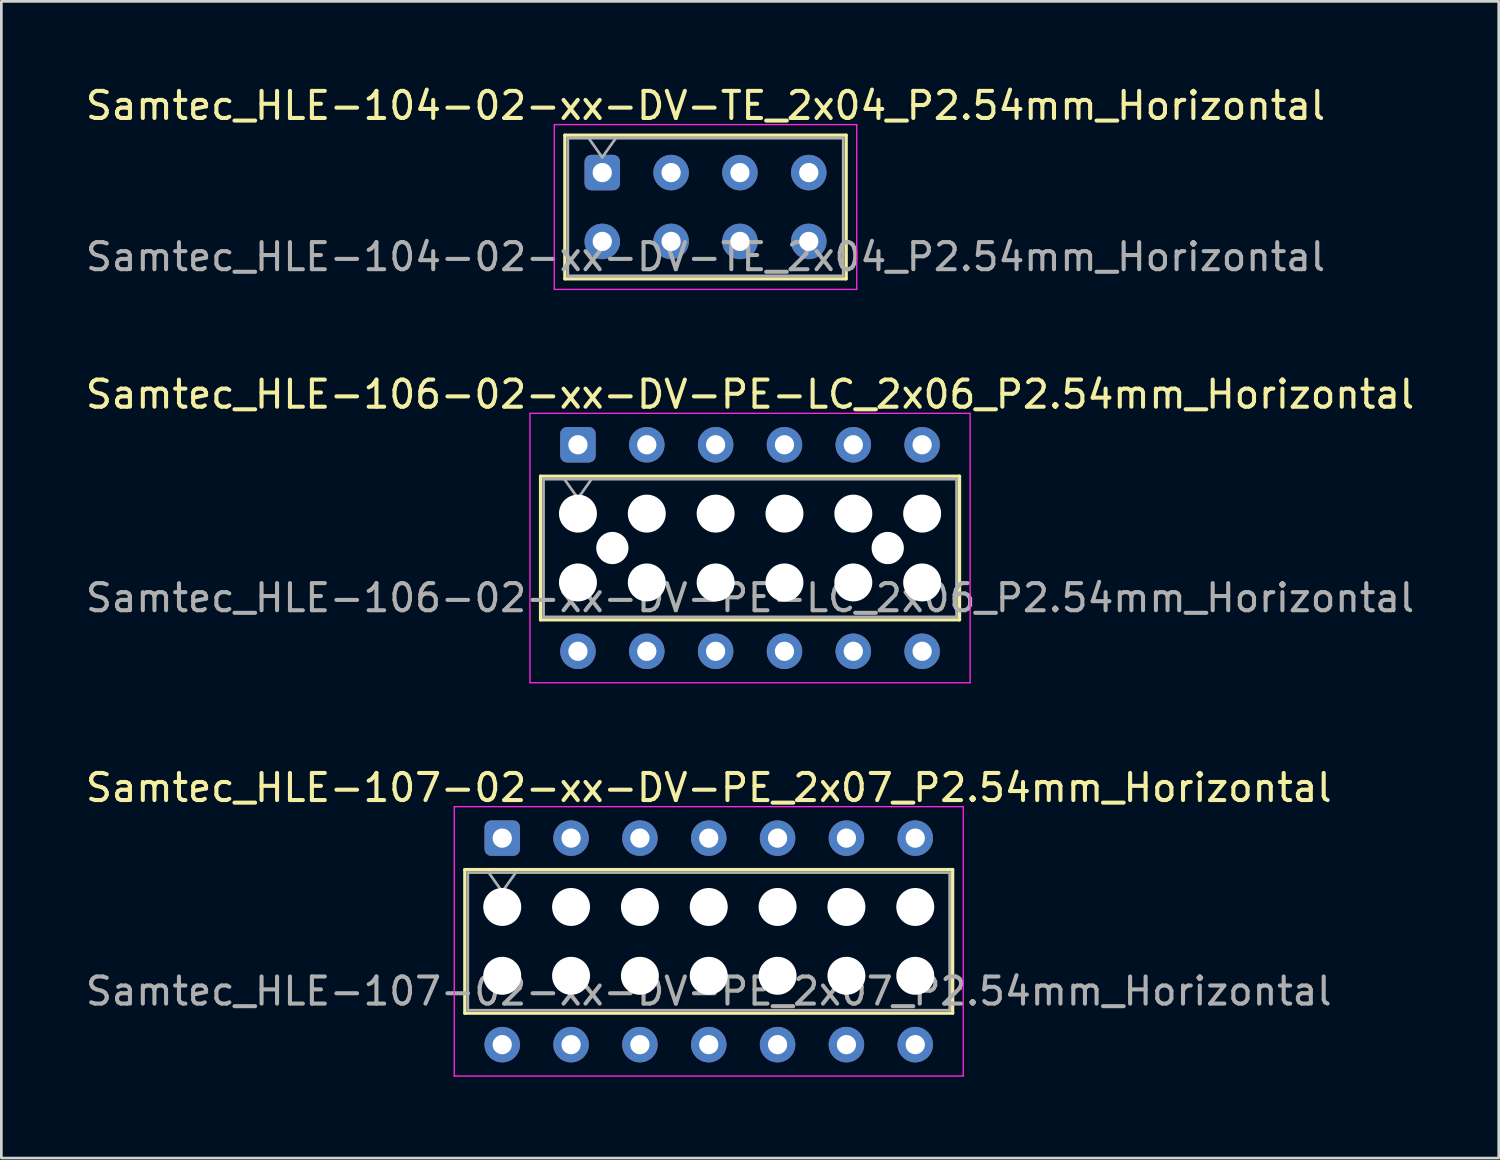
<source format=kicad_pcb>
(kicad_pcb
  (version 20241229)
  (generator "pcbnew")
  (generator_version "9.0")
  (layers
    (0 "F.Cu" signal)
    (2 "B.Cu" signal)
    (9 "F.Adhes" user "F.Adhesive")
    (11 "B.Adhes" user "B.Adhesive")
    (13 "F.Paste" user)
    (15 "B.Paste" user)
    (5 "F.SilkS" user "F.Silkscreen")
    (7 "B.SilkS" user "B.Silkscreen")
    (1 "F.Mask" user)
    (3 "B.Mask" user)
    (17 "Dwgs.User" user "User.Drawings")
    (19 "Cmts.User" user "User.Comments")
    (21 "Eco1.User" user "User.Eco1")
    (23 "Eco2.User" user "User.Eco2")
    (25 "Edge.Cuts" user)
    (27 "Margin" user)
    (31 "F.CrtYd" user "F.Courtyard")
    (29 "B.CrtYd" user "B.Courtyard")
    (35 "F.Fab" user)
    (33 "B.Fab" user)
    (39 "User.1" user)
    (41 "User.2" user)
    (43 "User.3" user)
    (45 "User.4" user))
  (footprint "Samtec_HLE-106-02-xx-DV-PE-LC_2x06_P2.54mm_Horizontal"
    (layer "F.Cu")
    (at 18.275 13.361)
    (property "Reference" "Samtec_HLE-106-02-xx-DV-PE-LC_2x06_P2.54mm_Horizontal" (at 6.35 -1.86 0) (layer "F.SilkS") (effects (font (size 1 1) (thickness 0.15))))
    (attr through_hole)
    (fp_line (start -1.38 1.16) (end 14.08 1.16) (stroke (width 0.12) (type solid)) (layer "F.SilkS"))
    (fp_line (start -1.38 6.46) (end -1.38 1.16) (stroke (width 0.12) (type solid)) (layer "F.SilkS"))
    (fp_line (start 14.08 1.16) (end 14.08 6.46) (stroke (width 0.12) (type solid)) (layer "F.SilkS"))
    (fp_line (start 14.08 6.46) (end -1.38 6.46) (stroke (width 0.12) (type solid)) (layer "F.SilkS"))
    (fp_line (start -1.77 -1.16) (end 14.47 -1.16) (stroke (width 0.05) (type solid)) (layer "F.CrtYd"))
    (fp_line (start -1.77 8.78) (end -1.77 -1.16) (stroke (width 0.05) (type solid)) (layer "F.CrtYd"))
    (fp_line (start 14.47 -1.16) (end 14.47 8.78) (stroke (width 0.05) (type solid)) (layer "F.CrtYd"))
    (fp_line (start 14.47 8.78) (end -1.77 8.78) (stroke (width 0.05) (type solid)) (layer "F.CrtYd"))
    (fp_line (start -1.27 1.27) (end 13.97 1.27) (stroke (width 0.1) (type solid)) (layer "F.Fab"))
    (fp_line (start -1.27 6.35) (end -1.27 1.27) (stroke (width 0.1) (type solid)) (layer "F.Fab"))
    (fp_line (start -0.5 1.27) (end 0 1.977) (stroke (width 0.1) (type solid)) (layer "F.Fab"))
    (fp_line (start 0 1.977) (end 0.5 1.27) (stroke (width 0.1) (type solid)) (layer "F.Fab"))
    (fp_line (start 13.97 1.27) (end 13.97 6.35) (stroke (width 0.1) (type solid)) (layer "F.Fab"))
    (fp_line (start 13.97 6.35) (end -1.27 6.35) (stroke (width 0.1) (type solid)) (layer "F.Fab"))
    (fp_text user "${REFERENCE}" (at 6.35 5.65 0) (layer "F.Fab") (effects (font (size 1 1) (thickness 0.15))))
    (pad "" np_thru_hole circle (at 0 2.54) (size 1.4 1.4) (drill 1.4) (layers "*.Cu" "*.Mask"))
    (pad "" np_thru_hole circle (at 0 5.08) (size 1.4 1.4) (drill 1.4) (layers "*.Cu" "*.Mask"))
    (pad "" np_thru_hole circle (at 1.27 3.81) (size 1.19 1.19) (drill 1.19) (layers "*.Cu" "*.Mask"))
    (pad "" np_thru_hole circle (at 2.54 2.54) (size 1.4 1.4) (drill 1.4) (layers "*.Cu" "*.Mask"))
    (pad "" np_thru_hole circle (at 2.54 5.08) (size 1.4 1.4) (drill 1.4) (layers "*.Cu" "*.Mask"))
    (pad "" np_thru_hole circle (at 5.08 2.54) (size 1.4 1.4) (drill 1.4) (layers "*.Cu" "*.Mask"))
    (pad "" np_thru_hole circle (at 5.08 5.08) (size 1.4 1.4) (drill 1.4) (layers "*.Cu" "*.Mask"))
    (pad "" np_thru_hole circle (at 7.62 2.54) (size 1.4 1.4) (drill 1.4) (layers "*.Cu" "*.Mask"))
    (pad "" np_thru_hole circle (at 7.62 5.08) (size 1.4 1.4) (drill 1.4) (layers "*.Cu" "*.Mask"))
    (pad "" np_thru_hole circle (at 10.16 2.54) (size 1.4 1.4) (drill 1.4) (layers "*.Cu" "*.Mask"))
    (pad "" np_thru_hole circle (at 10.16 5.08) (size 1.4 1.4) (drill 1.4) (layers "*.Cu" "*.Mask"))
    (pad "" np_thru_hole circle (at 11.43 3.81) (size 1.19 1.19) (drill 1.19) (layers "*.Cu" "*.Mask"))
    (pad "" np_thru_hole circle (at 12.7 2.54) (size 1.4 1.4) (drill 1.4) (layers "*.Cu" "*.Mask"))
    (pad "" np_thru_hole circle (at 12.7 5.08) (size 1.4 1.4) (drill 1.4) (layers "*.Cu" "*.Mask"))
    (pad "1" thru_hole roundrect (at 0 0) (size 1.31 1.31) (drill 0.71) (layers "*.Cu" "*.Mask") (roundrect_rratio 0.191))
    (pad "2" thru_hole circle (at 0 7.62) (size 1.31 1.31) (drill 0.71) (layers "*.Cu" "*.Mask"))
    (pad "3" thru_hole circle (at 2.54 0) (size 1.31 1.31) (drill 0.71) (layers "*.Cu" "*.Mask"))
    (pad "4" thru_hole circle (at 2.54 7.62) (size 1.31 1.31) (drill 0.71) (layers "*.Cu" "*.Mask"))
    (pad "5" thru_hole circle (at 5.08 0) (size 1.31 1.31) (drill 0.71) (layers "*.Cu" "*.Mask"))
    (pad "6" thru_hole circle (at 5.08 7.62) (size 1.31 1.31) (drill 0.71) (layers "*.Cu" "*.Mask"))
    (pad "7" thru_hole circle (at 7.62 0) (size 1.31 1.31) (drill 0.71) (layers "*.Cu" "*.Mask"))
    (pad "8" thru_hole circle (at 7.62 7.62) (size 1.31 1.31) (drill 0.71) (layers "*.Cu" "*.Mask"))
    (pad "9" thru_hole circle (at 10.16 0) (size 1.31 1.31) (drill 0.71) (layers "*.Cu" "*.Mask"))
    (pad "10" thru_hole circle (at 10.16 7.62) (size 1.31 1.31) (drill 0.71) (layers "*.Cu" "*.Mask"))
    (pad "11" thru_hole circle (at 12.7 0) (size 1.31 1.31) (drill 0.71) (layers "*.Cu" "*.Mask"))
    (pad "12" thru_hole circle (at 12.7 7.62) (size 1.31 1.31) (drill 0.71) (layers "*.Cu" "*.Mask")))
  (footprint "Samtec_HLE-104-02-xx-DV-TE_2x04_P2.54mm_Horizontal"
    (layer "F.Cu")
    (at 19.172 3.318)
    (property "Reference" "Samtec_HLE-104-02-xx-DV-TE_2x04_P2.54mm_Horizontal" (at 3.81 -2.47 0) (layer "F.SilkS") (effects (font (size 1 1) (thickness 0.15))))
    (attr through_hole)
    (fp_line (start -1.38 -1.38) (end 9 -1.38) (stroke (width 0.12) (type solid)) (layer "F.SilkS"))
    (fp_line (start -1.38 3.92) (end -1.38 -1.38) (stroke (width 0.12) (type solid)) (layer "F.SilkS"))
    (fp_line (start 9 -1.38) (end 9 3.92) (stroke (width 0.12) (type solid)) (layer "F.SilkS"))
    (fp_line (start 9 3.92) (end -1.38 3.92) (stroke (width 0.12) (type solid)) (layer "F.SilkS"))
    (fp_line (start -1.77 -1.77) (end 9.39 -1.77) (stroke (width 0.05) (type solid)) (layer "F.CrtYd"))
    (fp_line (start -1.77 4.31) (end -1.77 -1.77) (stroke (width 0.05) (type solid)) (layer "F.CrtYd"))
    (fp_line (start 9.39 -1.77) (end 9.39 4.31) (stroke (width 0.05) (type solid)) (layer "F.CrtYd"))
    (fp_line (start 9.39 4.31) (end -1.77 4.31) (stroke (width 0.05) (type solid)) (layer "F.CrtYd"))
    (fp_line (start -1.27 -1.27) (end 8.89 -1.27) (stroke (width 0.1) (type solid)) (layer "F.Fab"))
    (fp_line (start -1.27 3.81) (end -1.27 -1.27) (stroke (width 0.1) (type solid)) (layer "F.Fab"))
    (fp_line (start -0.5 -1.27) (end 0 -0.563) (stroke (width 0.1) (type solid)) (layer "F.Fab"))
    (fp_line (start 0 -0.563) (end 0.5 -1.27) (stroke (width 0.1) (type solid)) (layer "F.Fab"))
    (fp_line (start 8.89 -1.27) (end 8.89 3.81) (stroke (width 0.1) (type solid)) (layer "F.Fab"))
    (fp_line (start 8.89 3.81) (end -1.27 3.81) (stroke (width 0.1) (type solid)) (layer "F.Fab"))
    (fp_text user "${REFERENCE}" (at 3.81 3.11 0) (layer "F.Fab") (effects (font (size 1 1) (thickness 0.15))))
    (pad "1" thru_hole roundrect (at 0 0) (size 1.31 1.31) (drill 0.71) (layers "*.Cu" "*.Mask") (roundrect_rratio 0.191))
    (pad "2" thru_hole circle (at 0 2.54) (size 1.31 1.31) (drill 0.71) (layers "*.Cu" "*.Mask"))
    (pad "3" thru_hole circle (at 2.54 0) (size 1.31 1.31) (drill 0.71) (layers "*.Cu" "*.Mask"))
    (pad "4" thru_hole circle (at 2.54 2.54) (size 1.31 1.31) (drill 0.71) (layers "*.Cu" "*.Mask"))
    (pad "5" thru_hole circle (at 5.08 0) (size 1.31 1.31) (drill 0.71) (layers "*.Cu" "*.Mask"))
    (pad "6" thru_hole circle (at 5.08 2.54) (size 1.31 1.31) (drill 0.71) (layers "*.Cu" "*.Mask"))
    (pad "7" thru_hole circle (at 7.62 0) (size 1.31 1.31) (drill 0.71) (layers "*.Cu" "*.Mask"))
    (pad "8" thru_hole circle (at 7.62 2.54) (size 1.31 1.31) (drill 0.71) (layers "*.Cu" "*.Mask")))
  (footprint "Samtec_HLE-107-02-xx-DV-PE_2x07_P2.54mm_Horizontal"
    (layer "F.Cu")
    (at 15.481 27.875)
    (property "Reference" "Samtec_HLE-107-02-xx-DV-PE_2x07_P2.54mm_Horizontal" (at 7.62 -1.86 0) (layer "F.SilkS") (effects (font (size 1 1) (thickness 0.15))))
    (attr through_hole)
    (fp_line (start -1.38 1.16) (end 16.62 1.16) (stroke (width 0.12) (type solid)) (layer "F.SilkS"))
    (fp_line (start -1.38 6.46) (end -1.38 1.16) (stroke (width 0.12) (type solid)) (layer "F.SilkS"))
    (fp_line (start 16.62 1.16) (end 16.62 6.46) (stroke (width 0.12) (type solid)) (layer "F.SilkS"))
    (fp_line (start 16.62 6.46) (end -1.38 6.46) (stroke (width 0.12) (type solid)) (layer "F.SilkS"))
    (fp_line (start -1.77 -1.16) (end 17.01 -1.16) (stroke (width 0.05) (type solid)) (layer "F.CrtYd"))
    (fp_line (start -1.77 8.78) (end -1.77 -1.16) (stroke (width 0.05) (type solid)) (layer "F.CrtYd"))
    (fp_line (start 17.01 -1.16) (end 17.01 8.78) (stroke (width 0.05) (type solid)) (layer "F.CrtYd"))
    (fp_line (start 17.01 8.78) (end -1.77 8.78) (stroke (width 0.05) (type solid)) (layer "F.CrtYd"))
    (fp_line (start -1.27 1.27) (end 16.51 1.27) (stroke (width 0.1) (type solid)) (layer "F.Fab"))
    (fp_line (start -1.27 6.35) (end -1.27 1.27) (stroke (width 0.1) (type solid)) (layer "F.Fab"))
    (fp_line (start -0.5 1.27) (end 0 1.977) (stroke (width 0.1) (type solid)) (layer "F.Fab"))
    (fp_line (start 0 1.977) (end 0.5 1.27) (stroke (width 0.1) (type solid)) (layer "F.Fab"))
    (fp_line (start 16.51 1.27) (end 16.51 6.35) (stroke (width 0.1) (type solid)) (layer "F.Fab"))
    (fp_line (start 16.51 6.35) (end -1.27 6.35) (stroke (width 0.1) (type solid)) (layer "F.Fab"))
    (fp_text user "${REFERENCE}" (at 7.62 5.65 0) (layer "F.Fab") (effects (font (size 1 1) (thickness 0.15))))
    (pad "" np_thru_hole circle (at 0 2.54) (size 1.4 1.4) (drill 1.4) (layers "*.Cu" "*.Mask"))
    (pad "" np_thru_hole circle (at 0 5.08) (size 1.4 1.4) (drill 1.4) (layers "*.Cu" "*.Mask"))
    (pad "" np_thru_hole circle (at 2.54 2.54) (size 1.4 1.4) (drill 1.4) (layers "*.Cu" "*.Mask"))
    (pad "" np_thru_hole circle (at 2.54 5.08) (size 1.4 1.4) (drill 1.4) (layers "*.Cu" "*.Mask"))
    (pad "" np_thru_hole circle (at 5.08 2.54) (size 1.4 1.4) (drill 1.4) (layers "*.Cu" "*.Mask"))
    (pad "" np_thru_hole circle (at 5.08 5.08) (size 1.4 1.4) (drill 1.4) (layers "*.Cu" "*.Mask"))
    (pad "" np_thru_hole circle (at 7.62 2.54) (size 1.4 1.4) (drill 1.4) (layers "*.Cu" "*.Mask"))
    (pad "" np_thru_hole circle (at 7.62 5.08) (size 1.4 1.4) (drill 1.4) (layers "*.Cu" "*.Mask"))
    (pad "" np_thru_hole circle (at 10.16 2.54) (size 1.4 1.4) (drill 1.4) (layers "*.Cu" "*.Mask"))
    (pad "" np_thru_hole circle (at 10.16 5.08) (size 1.4 1.4) (drill 1.4) (layers "*.Cu" "*.Mask"))
    (pad "" np_thru_hole circle (at 12.7 2.54) (size 1.4 1.4) (drill 1.4) (layers "*.Cu" "*.Mask"))
    (pad "" np_thru_hole circle (at 12.7 5.08) (size 1.4 1.4) (drill 1.4) (layers "*.Cu" "*.Mask"))
    (pad "" np_thru_hole circle (at 15.24 2.54) (size 1.4 1.4) (drill 1.4) (layers "*.Cu" "*.Mask"))
    (pad "" np_thru_hole circle (at 15.24 5.08) (size 1.4 1.4) (drill 1.4) (layers "*.Cu" "*.Mask"))
    (pad "1" thru_hole roundrect (at 0 0) (size 1.31 1.31) (drill 0.71) (layers "*.Cu" "*.Mask") (roundrect_rratio 0.191))
    (pad "2" thru_hole circle (at 0 7.62) (size 1.31 1.31) (drill 0.71) (layers "*.Cu" "*.Mask"))
    (pad "3" thru_hole circle (at 2.54 0) (size 1.31 1.31) (drill 0.71) (layers "*.Cu" "*.Mask"))
    (pad "4" thru_hole circle (at 2.54 7.62) (size 1.31 1.31) (drill 0.71) (layers "*.Cu" "*.Mask"))
    (pad "5" thru_hole circle (at 5.08 0) (size 1.31 1.31) (drill 0.71) (layers "*.Cu" "*.Mask"))
    (pad "6" thru_hole circle (at 5.08 7.62) (size 1.31 1.31) (drill 0.71) (layers "*.Cu" "*.Mask"))
    (pad "7" thru_hole circle (at 7.62 0) (size 1.31 1.31) (drill 0.71) (layers "*.Cu" "*.Mask"))
    (pad "8" thru_hole circle (at 7.62 7.62) (size 1.31 1.31) (drill 0.71) (layers "*.Cu" "*.Mask"))
    (pad "9" thru_hole circle (at 10.16 0) (size 1.31 1.31) (drill 0.71) (layers "*.Cu" "*.Mask"))
    (pad "10" thru_hole circle (at 10.16 7.62) (size 1.31 1.31) (drill 0.71) (layers "*.Cu" "*.Mask"))
    (pad "11" thru_hole circle (at 12.7 0) (size 1.31 1.31) (drill 0.71) (layers "*.Cu" "*.Mask"))
    (pad "12" thru_hole circle (at 12.7 7.62) (size 1.31 1.31) (drill 0.71) (layers "*.Cu" "*.Mask"))
    (pad "13" thru_hole circle (at 15.24 0) (size 1.31 1.31) (drill 0.71) (layers "*.Cu" "*.Mask"))
    (pad "14" thru_hole circle (at 15.24 7.62) (size 1.31 1.31) (drill 0.71) (layers "*.Cu" "*.Mask")))
  (gr_rect
    (start -3 -3)
    (end 52.25 39.68)
    (stroke (width 0.1) (type default))
    (fill no)
    (layer "Edge.Cuts")))
</source>
